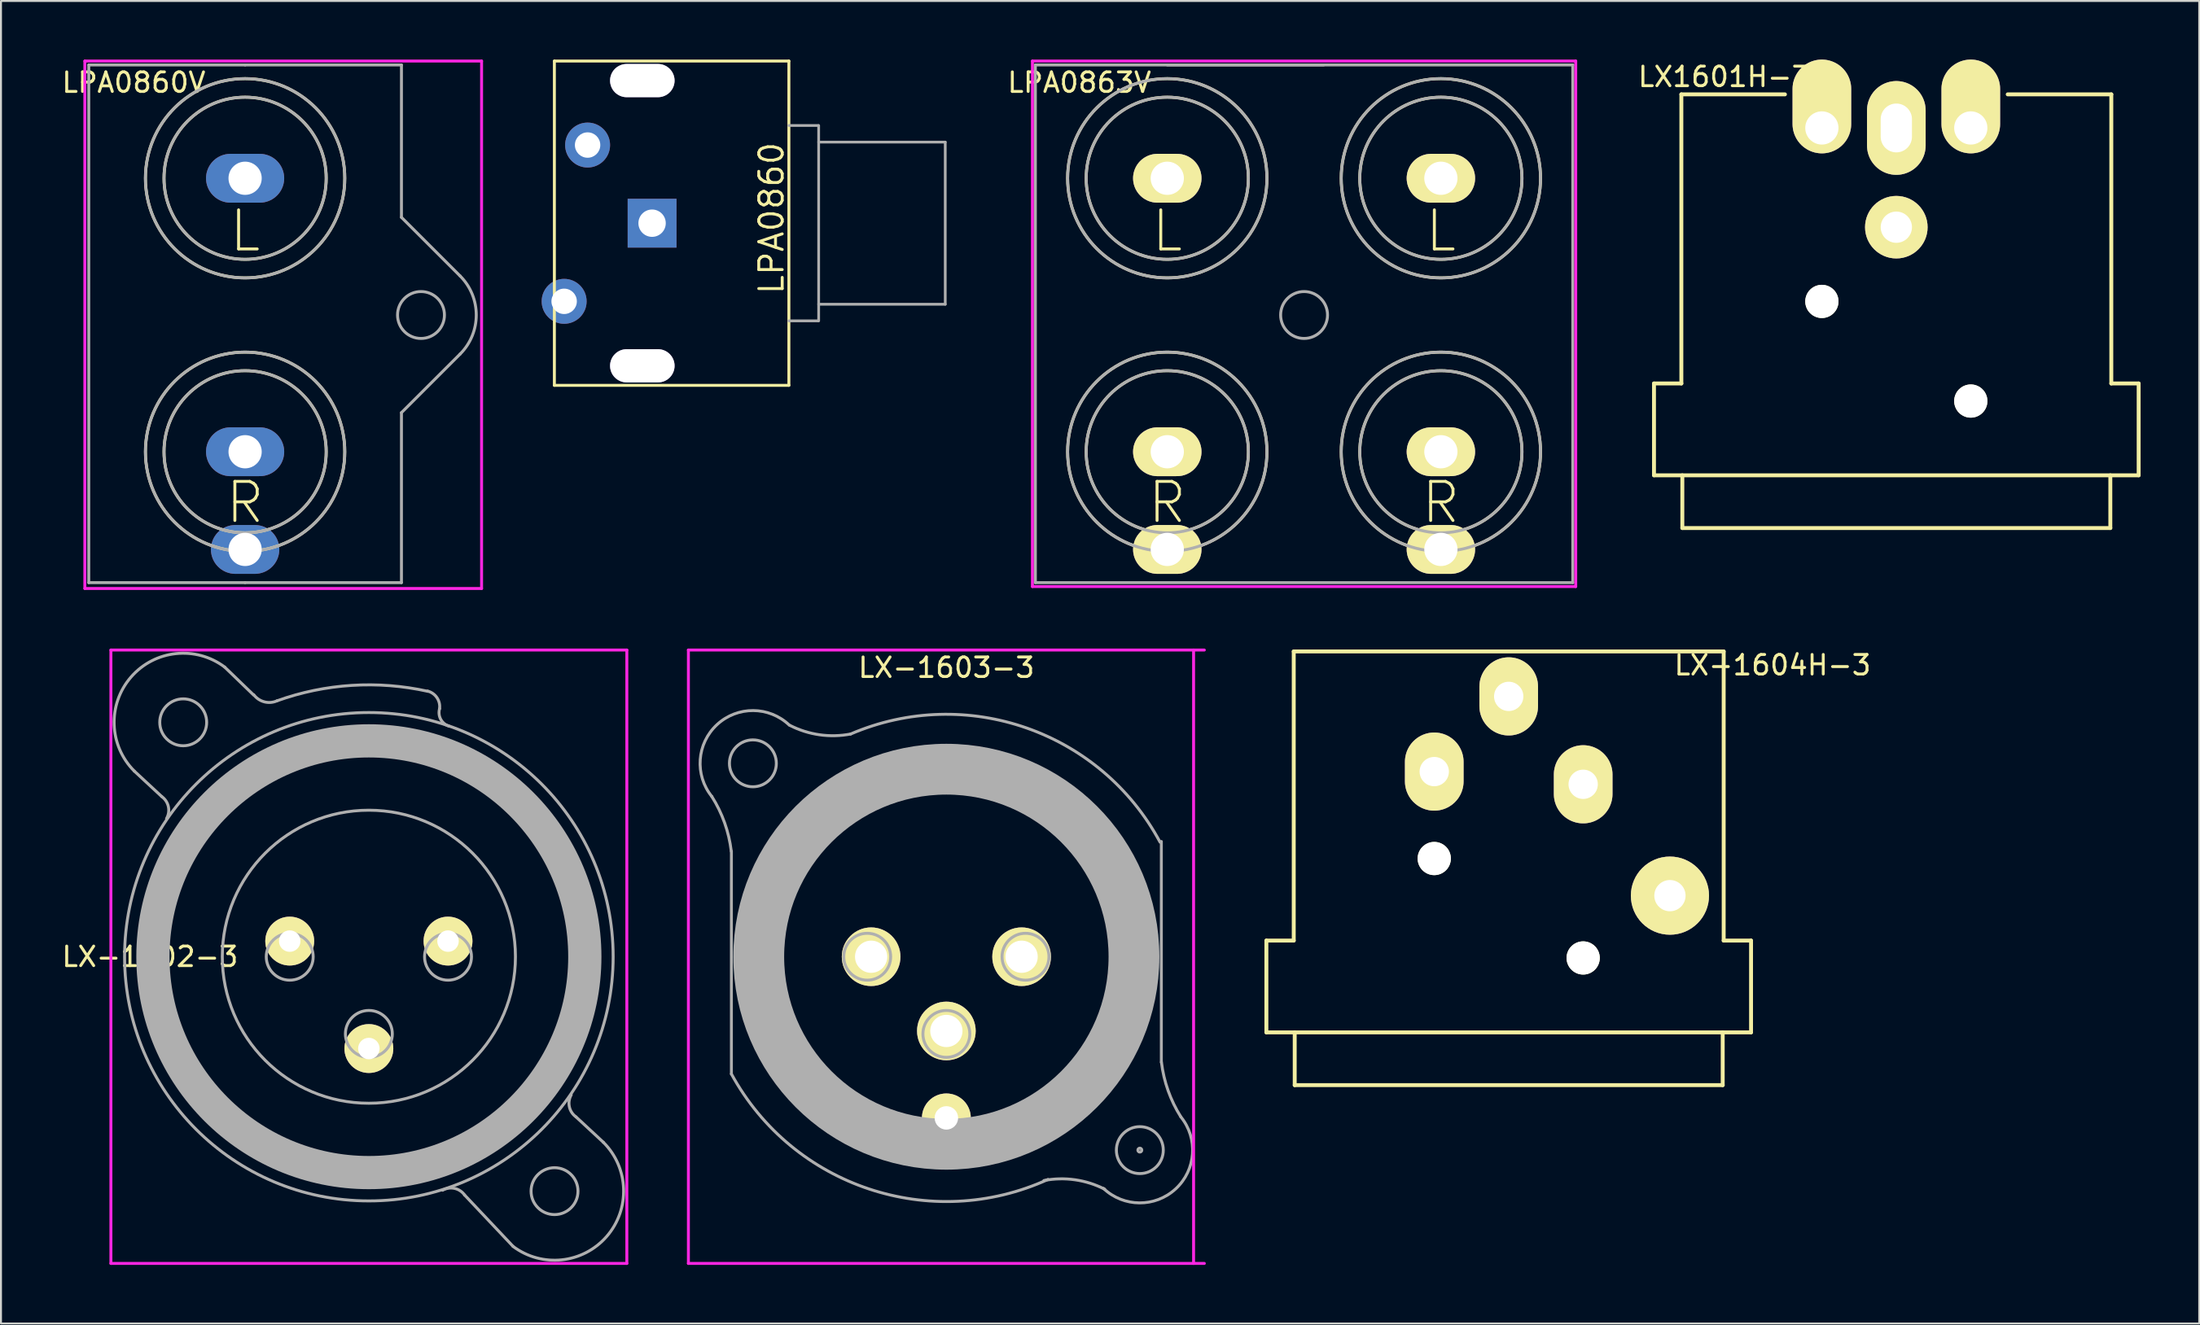
<source format=kicad_pcb>
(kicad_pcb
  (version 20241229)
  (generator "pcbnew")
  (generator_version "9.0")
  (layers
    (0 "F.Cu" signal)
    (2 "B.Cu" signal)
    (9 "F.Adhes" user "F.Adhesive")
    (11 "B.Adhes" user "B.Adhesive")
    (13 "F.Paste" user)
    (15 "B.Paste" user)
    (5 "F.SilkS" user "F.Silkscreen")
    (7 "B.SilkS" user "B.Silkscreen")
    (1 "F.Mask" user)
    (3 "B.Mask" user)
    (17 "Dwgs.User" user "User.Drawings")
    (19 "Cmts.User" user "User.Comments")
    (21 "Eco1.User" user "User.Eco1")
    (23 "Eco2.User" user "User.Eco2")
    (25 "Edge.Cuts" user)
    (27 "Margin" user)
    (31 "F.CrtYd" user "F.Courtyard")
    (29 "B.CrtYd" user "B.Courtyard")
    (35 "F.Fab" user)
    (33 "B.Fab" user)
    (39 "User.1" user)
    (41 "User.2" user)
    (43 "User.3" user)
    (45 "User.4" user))
  (footprint "LX-1604H-3"
    (layer "F.Cu")
    (at 74.15 49.798)
    (property "Reference" "LX-1604H-3" (at 13.5 -18.8 0) (layer "F.SilkS") (effects (font (size 1 1) (thickness 0.15))))
    (attr through_hole)
    (fp_line (start -12.4 -4.7) (end -11 -4.7) (stroke (width 0.2) (type solid)) (layer "F.SilkS"))
    (fp_line (start -12.4 0) (end -12.4 -4.7) (stroke (width 0.2) (type solid)) (layer "F.SilkS"))
    (fp_line (start -12.4 0) (end 12.4 0) (stroke (width 0.2) (type solid)) (layer "F.SilkS"))
    (fp_line (start -11 -19.5) (end 11 -19.5) (stroke (width 0.2) (type solid)) (layer "F.SilkS"))
    (fp_line (start -11 -4.7) (end -11 -19.5) (stroke (width 0.2) (type solid)) (layer "F.SilkS"))
    (fp_line (start -10.95 0) (end -10.95 2.7) (stroke (width 0.2) (type solid)) (layer "F.SilkS"))
    (fp_line (start -10.95 2.7) (end 10.95 2.7) (stroke (width 0.2) (type solid)) (layer "F.SilkS"))
    (fp_line (start 10.95 2.7) (end 10.95 0) (stroke (width 0.2) (type solid)) (layer "F.SilkS"))
    (fp_line (start 11 -19.5) (end 11 -4.7) (stroke (width 0.2) (type solid)) (layer "F.SilkS"))
    (fp_line (start 11 -4.7) (end 12.4 -4.7) (stroke (width 0.2) (type solid)) (layer "F.SilkS"))
    (fp_line (start 12.4 -4.7) (end 12.4 0) (stroke (width 0.2) (type solid)) (layer "F.SilkS"))
    (pad "" np_thru_hole circle (at -3.81 -8.9) (size 1.7 1.7) (drill 1.7) (layers "*.Cu" "*.Mask" "F.SilkS"))
    (pad "" np_thru_hole circle (at 3.81 -3.81) (size 1.7 1.7) (drill 1.7) (layers "*.Cu" "*.Mask" "F.SilkS"))
    (pad "1" thru_hole oval (at 3.81 -12.7) (size 3 4) (drill 1.5) (layers "*.Cu" "*.Mask" "F.SilkS"))
    (pad "2" thru_hole oval (at -3.81 -13.35) (size 3 4) (drill 1.5) (layers "*.Cu" "*.Mask" "F.SilkS"))
    (pad "3" thru_hole oval (at 0 -17.2) (size 3 4) (drill 1.5) (layers "*.Cu" "*.Mask" "F.SilkS"))
    (pad "4" thru_hole circle (at 8.25 -7) (size 4 4) (drill 1.6) (layers "*.Cu" "*.Mask" "F.SilkS")))
  (footprint "LPA0860"
    (layer "F.Cu")
    (at 37.317 8.375)
    (property "Reference" "LPA0860" (at -0.889 -0.254 90) (layer "F.SilkS") (effects (font (size 1.2 1.2) (thickness 0.15))))
    (attr through_hole)
    (fp_line (start -12 -8.3) (end 0 -8.3) (stroke (width 0.15) (type solid)) (layer "F.SilkS"))
    (fp_line (start -12 8.3) (end -12 -8.3) (stroke (width 0.15) (type solid)) (layer "F.SilkS"))
    (fp_line (start -12 8.3) (end 0 8.3) (stroke (width 0.15) (type solid)) (layer "F.SilkS"))
    (fp_line (start 0 8.3) (end 0 -8.3) (stroke (width 0.15) (type solid)) (layer "F.SilkS"))
    (fp_line (start 0 -5) (end 1.5 -5) (stroke (width 0.14) (type solid)) (layer "F.Fab"))
    (fp_line (start 0 5) (end 1.5 5) (stroke (width 0.14) (type solid)) (layer "F.Fab"))
    (fp_line (start 1.524 -5) (end 1.524 5) (stroke (width 0.14) (type solid)) (layer "F.Fab"))
    (fp_line (start 1.524 -4.15) (end 8 -4.15) (stroke (width 0.14) (type solid)) (layer "F.Fab"))
    (fp_line (start 1.524 4.15) (end 8 4.15) (stroke (width 0.14) (type solid)) (layer "F.Fab"))
    (fp_line (start 8.001 -4.15) (end 8.001 4.15) (stroke (width 0.14) (type solid)) (layer "F.Fab"))
    (pad "1" thru_hole circle (at -11.5 4) (size 2.3 2.3) (drill 1.3) (layers "*.Cu" "*.Mask"))
    (pad "2" thru_hole circle (at -10.3 -4) (size 2.3 2.3) (drill 1.3) (layers "*.Cu" "*.Mask"))
    (pad "3" thru_hole rect (at -7 0) (size 2.5 2.5) (drill 1.4) (layers "*.Cu" "*.Mask"))
    (pad "10" thru_hole oval (at -7.5 -7.3) (size 3.3 1.7) (drill oval 3.3 1.7) (layers "*.Cu" "*.Mask"))
    (pad "11" thru_hole oval (at -7.5 7.3) (size 3.3 1.7) (drill oval 3.3 1.7) (layers "*.Cu" "*.Mask")))
  (footprint "LPA0860V"
    (layer "F.Cu")
    (at 9.492 13.075)
    (property "Reference" "LPA0860V" (at -5.7 -11.9 0) (layer "F.SilkS") (effects (font (size 1 1) (thickness 0.15))))
    (attr through_hole)
    (fp_circle (center 0 -7) (end -5.1 -7) (stroke (width 0.15) (type solid)) (fill no) (layer "F.SilkS"))
    (fp_circle (center 0 -7) (end -4.15 -7) (stroke (width 0.15) (type solid)) (fill no) (layer "F.SilkS"))
    (fp_circle (center 0 7) (end -5.1 7) (stroke (width 0.15) (type solid)) (fill no) (layer "F.SilkS"))
    (fp_circle (center 0 7) (end -4.15 7) (stroke (width 0.15) (type solid)) (fill no) (layer "F.SilkS"))
    (fp_line (start -8.2 -13) (end -8.2 14) (stroke (width 0.15) (type solid)) (layer "F.CrtYd"))
    (fp_line (start -8.2 14) (end 12.1 14) (stroke (width 0.15) (type solid)) (layer "F.CrtYd"))
    (fp_line (start 12.1 -13) (end -8.2 -13) (stroke (width 0.15) (type solid)) (layer "F.CrtYd"))
    (fp_line (start 12.1 14) (end 12.1 -13) (stroke (width 0.15) (type solid)) (layer "F.CrtYd"))
    (fp_line (start -8 -12.8) (end 0 -12.8) (stroke (width 0.15) (type solid)) (layer "F.Fab"))
    (fp_line (start -8 13.7) (end -8 -12.8) (stroke (width 0.15) (type solid)) (layer "F.Fab"))
    (fp_line (start -8 13.7) (end 0 13.7) (stroke (width 0.15) (type solid)) (layer "F.Fab"))
    (fp_line (start 8 -12.8) (end 0 -12.8) (stroke (width 0.15) (type solid)) (layer "F.Fab"))
    (fp_line (start 8 -5) (end 8 -12.8) (stroke (width 0.15) (type solid)) (layer "F.Fab"))
    (fp_line (start 8 5) (end 8 13.7) (stroke (width 0.15) (type solid)) (layer "F.Fab"))
    (fp_line (start 8 13.7) (end 0 13.7) (stroke (width 0.15) (type solid)) (layer "F.Fab"))
    (fp_line (start 11 -2) (end 8 -5) (stroke (width 0.15) (type solid)) (layer "F.Fab"))
    (fp_line (start 11 2) (end 8 5) (stroke (width 0.15) (type solid)) (layer "F.Fab"))
    (fp_arc (start 11 -2) (mid 11.828427 0) (end 11 2) (stroke (width 0.15) (type solid)) (layer "F.Fab"))
    (fp_circle (center 0 -7) (end -5.1 -7) (stroke (width 0.15) (type solid)) (fill no) (layer "F.Fab"))
    (fp_circle (center 0 -7) (end -4.15 -7) (stroke (width 0.15) (type solid)) (fill no) (layer "F.Fab"))
    (fp_circle (center 0 7) (end -5.1 7) (stroke (width 0.15) (type solid)) (fill no) (layer "F.Fab"))
    (fp_circle (center 0 7) (end -4.15 7) (stroke (width 0.15) (type solid)) (fill no) (layer "F.Fab"))
    (fp_circle (center 9 0) (end 7.8 0) (stroke (width 0.15) (type solid)) (fill no) (layer "F.Fab"))
    (fp_text user "L" (at 0 -4.3 0) (layer "F.SilkS") (effects (font (size 2 2) (thickness 0.15))))
    (fp_text user "R" (at 0 9.6 0) (layer "F.SilkS") (effects (font (size 2 2) (thickness 0.15))))
    (pad "1" thru_hole oval (at 0 -7) (size 4 2.5) (drill 1.7) (layers "*.Cu" "*.Mask"))
    (pad "2" thru_hole oval (at 0 7) (size 4 2.5) (drill 1.7) (layers "*.Cu" "*.Mask"))
    (pad "3" thru_hole oval (at 0 12) (size 3.5 2.5) (drill 1.7) (layers "*.Cu" "*.Mask")))
  (footprint "LX-1602-3"
    (layer "F.Cu")
    (at 15.825 45.925)
    (property "Reference" "LX-1602-3" (at -11.2 0 0) (layer "F.SilkS") (effects (font (size 1 1) (thickness 0.15))))
    (attr through_hole)
    (fp_line (start -13.2 -15.7) (end -13.2 15.7) (stroke (width 0.15) (type solid)) (layer "F.CrtYd"))
    (fp_line (start -13.2 15.7) (end 13.2 15.7) (stroke (width 0.15) (type solid)) (layer "F.CrtYd"))
    (fp_line (start 13.2 -15.7) (end -13.2 -15.7) (stroke (width 0.15) (type solid)) (layer "F.CrtYd"))
    (fp_line (start 13.2 15.7) (end 13.2 -15.7) (stroke (width 0.15) (type solid)) (layer "F.CrtYd"))
    (fp_line (start -12 -9.5) (end -10.6 -8.2) (stroke (width 0.15) (type solid)) (layer "F.Fab"))
    (fp_line (start -7.379 -14.828) (end -5.9 -13.4) (stroke (width 0.15) (type solid)) (layer "F.Fab"))
    (fp_line (start 7.379 14.828) (end 4.9 12.2) (stroke (width 0.15) (type solid)) (layer "F.Fab"))
    (fp_line (start 12 9.5) (end 10.6 8.2) (stroke (width 0.15) (type solid)) (layer "F.Fab"))
    (fp_arc (start -12 -9.5) (mid -12.170933 -14.316488) (end -7.37868 -14.828427) (stroke (width 0.15) (type solid)) (layer "F.Fab"))
    (fp_arc (start -10.6 -8.2) (mid -10.259702 -7.684116) (end -10.35311 -7.073204) (stroke (width 0.15) (type solid)) (layer "F.Fab"))
    (fp_arc (start -4.7 -13.1) (mid -5.34799 -13.046847) (end -5.887909 -13.409069) (stroke (width 0.15) (type solid)) (layer "F.Fab"))
    (fp_arc (start -4.7 -13.1) (mid -0.874875 -13.89009) (end 3.019156 -13.586195) (stroke (width 0.15) (type solid)) (layer "F.Fab"))
    (fp_arc (start 3 -13.6) (mid 3.480248 -13.266114) (end 3.618253 -12.697719) (stroke (width 0.15) (type solid)) (layer "F.Fab"))
    (fp_arc (start 3.773299 11.953055) (mid 4.38417 11.859713) (end 4.9 12.2) (stroke (width 0.15) (type solid)) (layer "F.Fab"))
    (fp_arc (start 4.118253 -11.797719) (mid 3.681857 -12.144166) (end 3.618253 -12.697719) (stroke (width 0.15) (type solid)) (layer "F.Fab"))
    (fp_arc (start 10.6 8.2) (mid 10.259702 7.684116) (end 10.35311 7.073204) (stroke (width 0.15) (type solid)) (layer "F.Fab"))
    (fp_arc (start 12 9.5) (mid 12.170933 14.316488) (end 7.37868 14.828427) (stroke (width 0.15) (type solid)) (layer "F.Fab"))
    (fp_circle (center -9.5 -12) (end -9.5 -10.8) (stroke (width 0.15) (type solid)) (fill no) (layer "F.Fab"))
    (fp_circle (center -4.05 0) (end -5.25 0) (stroke (width 0.15) (type solid)) (fill no) (layer "F.Fab"))
    (fp_circle (center 0 0) (end -12.5 0) (stroke (width 0.15) (type solid)) (fill no) (layer "F.Fab"))
    (fp_circle (center 0 0) (end -11.05 0) (stroke (width 1.7) (type solid)) (fill no) (layer "F.Fab"))
    (fp_circle (center 0 0) (end -7.5 0) (stroke (width 0.15) (type solid)) (fill no) (layer "F.Fab"))
    (fp_circle (center 0 3.95) (end -1.2 3.95) (stroke (width 0.15) (type solid)) (fill no) (layer "F.Fab"))
    (fp_circle (center 4.05 0) (end 2.85 0) (stroke (width 0.15) (type solid)) (fill no) (layer "F.Fab"))
    (fp_circle (center 9.5 12) (end 9.5 13.2) (stroke (width 0.15) (type solid)) (fill no) (layer "F.Fab"))
    (pad "1" thru_hole circle (at 4.05 -0.8) (size 2.5 2.5) (drill 1.1) (layers "*.Cu" "*.Mask" "F.SilkS"))
    (pad "2" thru_hole circle (at -4.05 -0.8) (size 2.5 2.5) (drill 1.1) (layers "*.Cu" "*.Mask" "F.SilkS"))
    (pad "3" thru_hole circle (at 0 4.7) (size 2.5 2.5) (drill 1.1) (layers "*.Cu" "*.Mask" "F.SilkS")))
  (footprint "LX-1603-3"
    (layer "F.Cu")
    (at 45.375 45.925)
    (property "Reference" "LX-1603-3" (at 0 -14.8 0) (layer "F.SilkS") (effects (font (size 1 1) (thickness 0.15))))
    (attr through_hole)
    (fp_line (start -13.2 -15.7) (end -13.2 15.7) (stroke (width 0.15) (type solid)) (layer "F.CrtYd"))
    (fp_line (start -13.2 15.7) (end 13.2 15.7) (stroke (width 0.15) (type solid)) (layer "F.CrtYd"))
    (fp_line (start 12.65 15.7) (end 12.65 -15.7) (stroke (width 0.15) (type solid)) (layer "F.CrtYd"))
    (fp_line (start 13.2 -15.7) (end -13.2 -15.7) (stroke (width 0.15) (type solid)) (layer "F.CrtYd"))
    (fp_line (start -11 6) (end -11 -5.4) (stroke (width 0.15) (type solid)) (layer "F.Fab"))
    (fp_line (start 11 -5.9) (end 11 5.4) (stroke (width 0.15) (type solid)) (layer "F.Fab"))
    (fp_arc (start -12 -8.2) (mid -11.346695 -6.855109) (end -11.005889 -5.399296) (stroke (width 0.15) (type solid)) (layer "F.Fab"))
    (fp_arc (start -12 -8.2) (mid -11.733322 -11.884674) (end -8.039101 -11.858841) (stroke (width 0.15) (type solid)) (layer "F.Fab"))
    (fp_arc (start -4.9 -11.4) (mid -6.491285 -11.362323) (end -8.00841 -11.843921) (stroke (width 0.15) (type solid)) (layer "F.Fab"))
    (fp_arc (start -4.9 -11.4) (mid 4.094358 -11.713506) (end 10.934857 -5.865058) (stroke (width 0.15) (type solid)) (layer "F.Fab"))
    (fp_arc (start 4.99159 11.456079) (mid 6.582875 11.418402) (end 8.1 11.9) (stroke (width 0.15) (type solid)) (layer "F.Fab"))
    (fp_arc (start 5.2 11.4) (mid -3.962323 11.886968) (end -11 6) (stroke (width 0.15) (type solid)) (layer "F.Fab"))
    (fp_arc (start 12 8.2) (mid 11.733322 11.884674) (end 8.039101 11.858841) (stroke (width 0.15) (type solid)) (layer "F.Fab"))
    (fp_arc (start 12 8.2) (mid 11.346695 6.855109) (end 11.005889 5.399296) (stroke (width 0.15) (type solid)) (layer "F.Fab"))
    (fp_circle (center -9.9 -9.9) (end -9.9 -8.7) (stroke (width 0.15) (type solid)) (fill no) (layer "F.Fab"))
    (fp_circle (center -4.05 0) (end -5.25 0) (stroke (width 0.15) (type solid)) (fill no) (layer "F.Fab"))
    (fp_circle (center 0 0) (end -9.6 0) (stroke (width 2.6) (type solid)) (fill no) (layer "F.Fab"))
    (fp_circle (center 0 3.95) (end -1.2 3.95) (stroke (width 0.15) (type solid)) (fill no) (layer "F.Fab"))
    (fp_circle (center 4.05 0) (end 2.85 0) (stroke (width 0.15) (type solid)) (fill no) (layer "F.Fab"))
    (fp_circle (center 9.9 9.9) (end 9.9 8.7) (stroke (width 0.15) (type solid)) (fill no) (layer "F.Fab"))
    (fp_circle (center 9.9 9.9) (end 9.9 10) (stroke (width 0.15) (type solid)) (fill no) (layer "F.Fab"))
    (pad "1" thru_hole circle (at 3.85 0) (size 3 3) (drill 1.65) (layers "*.Cu" "*.Mask" "F.SilkS"))
    (pad "2" thru_hole circle (at -3.85 0) (size 3 3) (drill 1.65) (layers "*.Cu" "*.Mask" "F.SilkS"))
    (pad "3" thru_hole circle (at 0 3.8) (size 3 3) (drill 1.65) (layers "*.Cu" "*.Mask" "F.SilkS"))
    (pad "4" thru_hole circle (at 0 8.25) (size 2.5 2.5) (drill 1.2) (layers "*.Cu" "*.Mask" "F.SilkS")))
  (footprint "LX1601H-3"
    (layer "F.Cu")
    (at 93.984 21.28)
    (property "Reference" "LX1601H-3" (at -8.8 -20.4 0) (layer "F.SilkS") (effects (font (size 1 1) (thickness 0.15))))
    (attr through_hole)
    (fp_line (start -12.4 -4.7) (end -11 -4.7) (stroke (width 0.2) (type solid)) (layer "F.SilkS"))
    (fp_line (start -12.4 0) (end -12.4 -4.7) (stroke (width 0.2) (type solid)) (layer "F.SilkS"))
    (fp_line (start -12.4 0) (end 12.4 0) (stroke (width 0.2) (type solid)) (layer "F.SilkS"))
    (fp_line (start -11 -19.5) (end -5.7 -19.5) (stroke (width 0.2) (type solid)) (layer "F.SilkS"))
    (fp_line (start -11 -4.7) (end -11 -19.5) (stroke (width 0.2) (type solid)) (layer "F.SilkS"))
    (fp_line (start -10.95 0) (end -10.95 2.7) (stroke (width 0.2) (type solid)) (layer "F.SilkS"))
    (fp_line (start -10.95 2.7) (end 10.95 2.7) (stroke (width 0.2) (type solid)) (layer "F.SilkS"))
    (fp_line (start 10.95 2.7) (end 10.95 0) (stroke (width 0.2) (type solid)) (layer "F.SilkS"))
    (fp_line (start 11 -19.5) (end 5.7 -19.5) (stroke (width 0.2) (type solid)) (layer "F.SilkS"))
    (fp_line (start 11 -4.7) (end 11 -19.5) (stroke (width 0.2) (type solid)) (layer "F.SilkS"))
    (fp_line (start 12.4 -4.7) (end 11 -4.7) (stroke (width 0.2) (type solid)) (layer "F.SilkS"))
    (fp_line (start 12.4 0) (end 12.4 -4.7) (stroke (width 0.2) (type solid)) (layer "F.SilkS"))
    (pad "" np_thru_hole circle (at -3.81 -8.9) (size 1.7 1.7) (drill 1.7) (layers "*.Cu" "*.Mask" "F.SilkS"))
    (pad "" np_thru_hole circle (at 3.81 -3.8) (size 1.7 1.7) (drill 1.7) (layers "*.Cu" "*.Mask" "F.SilkS"))
    (pad "1" thru_hole oval (at -3.81 -17.78) (size 3 4.8) (drill 1.7 (offset 0 -1.1)) (layers "*.Cu" "*.Mask" "F.SilkS"))
    (pad "2" thru_hole oval (at 3.81 -17.78) (size 3 4.8) (drill 1.7 (offset 0 -1.1)) (layers "*.Cu" "*.Mask" "F.SilkS"))
    (pad "3" thru_hole oval (at 0 -17.78) (size 3 4.8) (drill oval 1.6 2.5) (layers "*.Cu" "*.Mask" "F.SilkS"))
    (pad "4" thru_hole circle (at 0 -12.7) (size 3.2 3.2) (drill 1.6) (layers "*.Cu" "*.Mask" "F.SilkS")))
  (footprint "LPA0863V"
    (layer "F.Cu")
    (at 63.679 13.075)
    (property "Reference" "LPA0863V" (at -11.5 -11.9 0) (layer "F.SilkS") (effects (font (size 1 1) (thickness 0.15))))
    (attr through_hole)
    (fp_circle (center -7 -7) (end -12.1 -7) (stroke (width 0.15) (type solid)) (fill no) (layer "F.SilkS"))
    (fp_circle (center -7 -7) (end -11.15 -7) (stroke (width 0.15) (type solid)) (fill no) (layer "F.SilkS"))
    (fp_circle (center -7 7) (end -12.1 7) (stroke (width 0.15) (type solid)) (fill no) (layer "F.SilkS"))
    (fp_circle (center -7 7) (end -11.15 7) (stroke (width 0.15) (type solid)) (fill no) (layer "F.SilkS"))
    (fp_circle (center 7 -7) (end 1.9 -7) (stroke (width 0.15) (type solid)) (fill no) (layer "F.SilkS"))
    (fp_circle (center 7 -7) (end 2.85 -7) (stroke (width 0.15) (type solid)) (fill no) (layer "F.SilkS"))
    (fp_circle (center 7 7) (end 1.9 7) (stroke (width 0.15) (type solid)) (fill no) (layer "F.SilkS"))
    (fp_circle (center 7 7) (end 2.85 7) (stroke (width 0.15) (type solid)) (fill no) (layer "F.SilkS"))
    (fp_line (start -13.9 -13) (end -13.9 13.9) (stroke (width 0.15) (type solid)) (layer "F.CrtYd"))
    (fp_line (start -13.9 13.9) (end 13.9 13.9) (stroke (width 0.15) (type solid)) (layer "F.CrtYd"))
    (fp_line (start 13.9 -13) (end -13.9 -13) (stroke (width 0.15) (type solid)) (layer "F.CrtYd"))
    (fp_line (start 13.9 13.9) (end 13.9 -13) (stroke (width 0.15) (type solid)) (layer "F.CrtYd"))
    (fp_line (start -13.75 -12.8) (end 13.75 -12.8) (stroke (width 0.15) (type solid)) (layer "F.Fab"))
    (fp_line (start -13.75 13.7) (end -13.75 -12.8) (stroke (width 0.15) (type solid)) (layer "F.Fab"))
    (fp_line (start -13.75 13.7) (end 13.75 13.7) (stroke (width 0.15) (type solid)) (layer "F.Fab"))
    (fp_line (start 1 -12.8) (end -7 -12.8) (stroke (width 0.15) (type solid)) (layer "F.Fab"))
    (fp_line (start 13.75 13.7) (end 13.75 -12.8) (stroke (width 0.15) (type solid)) (layer "F.Fab"))
    (fp_circle (center -7 -7) (end -12.1 -7) (stroke (width 0.15) (type solid)) (fill no) (layer "F.Fab"))
    (fp_circle (center -7 -7) (end -11.15 -7) (stroke (width 0.15) (type solid)) (fill no) (layer "F.Fab"))
    (fp_circle (center -7 7) (end -12.1 7) (stroke (width 0.15) (type solid)) (fill no) (layer "F.Fab"))
    (fp_circle (center -7 7) (end -11.15 7) (stroke (width 0.15) (type solid)) (fill no) (layer "F.Fab"))
    (fp_circle (center 0 0) (end -1.2 0) (stroke (width 0.15) (type solid)) (fill no) (layer "F.Fab"))
    (fp_circle (center 7 -7) (end 1.9 -7) (stroke (width 0.15) (type solid)) (fill no) (layer "F.Fab"))
    (fp_circle (center 7 -7) (end 2.85 -7) (stroke (width 0.15) (type solid)) (fill no) (layer "F.Fab"))
    (fp_circle (center 7 7) (end 1.9 7) (stroke (width 0.15) (type solid)) (fill no) (layer "F.Fab"))
    (fp_circle (center 7 7) (end 2.85 7) (stroke (width 0.15) (type solid)) (fill no) (layer "F.Fab"))
    (fp_text user "R" (at 7 9.6 0) (layer "F.SilkS") (effects (font (size 2 2) (thickness 0.15))))
    (fp_text user "L" (at -7 -4.3 0) (layer "F.SilkS") (effects (font (size 2 2) (thickness 0.15))))
    (fp_text user "R" (at -7 9.6 0) (layer "F.SilkS") (effects (font (size 2 2) (thickness 0.15))))
    (fp_text user "L" (at 7 -4.3 0) (layer "F.SilkS") (effects (font (size 2 2) (thickness 0.15))))
    (pad "1" thru_hole oval (at -7 -7) (size 3.5 2.5) (drill 1.7) (layers "*.Cu" "*.Mask" "F.SilkS"))
    (pad "2" thru_hole oval (at -7 7) (size 3.5 2.5) (drill 1.7) (layers "*.Cu" "*.Mask" "F.SilkS"))
    (pad "3" thru_hole oval (at -7 12) (size 3.5 2.5) (drill 1.7) (layers "*.Cu" "*.Mask" "F.SilkS"))
    (pad "4" thru_hole oval (at 7 -7) (size 3.5 2.5) (drill 1.7) (layers "*.Cu" "*.Mask" "F.SilkS"))
    (pad "5" thru_hole oval (at 7 7) (size 3.5 2.5) (drill 1.7) (layers "*.Cu" "*.Mask" "F.SilkS"))
    (pad "6" thru_hole oval (at 7 12) (size 3.5 2.5) (drill 1.7) (layers "*.Cu" "*.Mask" "F.SilkS")))
  (gr_rect
    (start -3 -3)
    (end 109.484 64.7)
    (stroke (width 0.1) (type default))
    (fill no)
    (layer "Edge.Cuts")))
</source>
